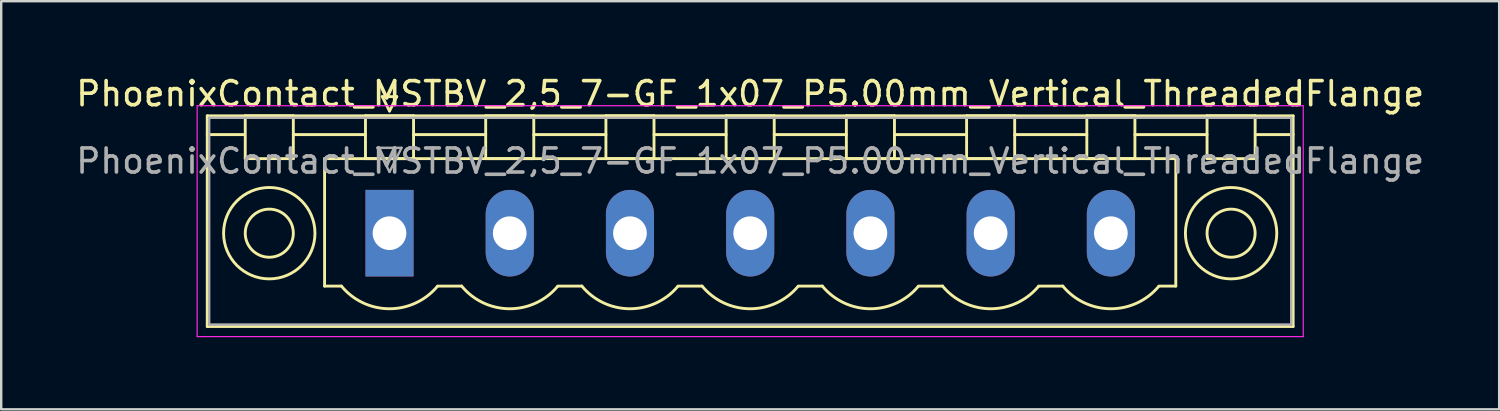
<source format=kicad_pcb>
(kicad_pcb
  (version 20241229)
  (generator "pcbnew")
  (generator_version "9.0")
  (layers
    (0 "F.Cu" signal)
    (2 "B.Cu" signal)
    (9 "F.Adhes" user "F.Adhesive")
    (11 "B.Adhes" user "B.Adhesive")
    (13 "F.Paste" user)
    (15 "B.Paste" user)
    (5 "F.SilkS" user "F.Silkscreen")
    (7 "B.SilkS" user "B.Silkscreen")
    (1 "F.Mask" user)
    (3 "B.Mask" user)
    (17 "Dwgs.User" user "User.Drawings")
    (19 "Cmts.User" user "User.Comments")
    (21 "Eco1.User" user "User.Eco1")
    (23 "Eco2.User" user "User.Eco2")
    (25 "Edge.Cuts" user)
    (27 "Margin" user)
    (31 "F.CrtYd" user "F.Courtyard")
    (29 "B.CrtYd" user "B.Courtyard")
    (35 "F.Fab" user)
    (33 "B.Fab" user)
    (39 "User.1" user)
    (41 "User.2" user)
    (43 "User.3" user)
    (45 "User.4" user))
  (footprint "PhoenixContact_MSTBV_2,5_7-GF_1x07_P5.00mm_Vertical_ThreadedFlange"
    (layer "F.Cu")
    (at 13.149 6.648)
    (property "Reference" "PhoenixContact_MSTBV_2,5_7-GF_1x07_P5.00mm_Vertical_ThreadedFlange" (at 15 -5.8 0) (layer "F.SilkS") (effects (font (size 1 1) (thickness 0.15))))
    (attr through_hole)
    (fp_line (start -7.58 -4.88) (end -7.58 3.88) (stroke (width 0.12) (type solid)) (layer "F.SilkS"))
    (fp_line (start -7.58 -4.1) (end -6.08 -4.1) (stroke (width 0.12) (type solid)) (layer "F.SilkS"))
    (fp_line (start -7.58 3.88) (end 37.58 3.88) (stroke (width 0.12) (type solid)) (layer "F.SilkS"))
    (fp_line (start -6 -4.88) (end -4 -4.88) (stroke (width 0.12) (type solid)) (layer "F.SilkS"))
    (fp_line (start -6 -3.1) (end -6 -4.88) (stroke (width 0.12) (type solid)) (layer "F.SilkS"))
    (fp_line (start -4 -4.88) (end -4 -3.1) (stroke (width 0.12) (type solid)) (layer "F.SilkS"))
    (fp_line (start -4 -4.1) (end -1 -4.1) (stroke (width 0.12) (type solid)) (layer "F.SilkS"))
    (fp_line (start -4 -3.1) (end -6 -3.1) (stroke (width 0.12) (type solid)) (layer "F.SilkS"))
    (fp_line (start -2.7 -3.1) (end 32.7 -3.1) (stroke (width 0.12) (type solid)) (layer "F.SilkS"))
    (fp_line (start -2.7 2.2) (end -2.7 -3.1) (stroke (width 0.12) (type solid)) (layer "F.SilkS"))
    (fp_line (start -2 2.2) (end -2.7 2.2) (stroke (width 0.12) (type solid)) (layer "F.SilkS"))
    (fp_line (start -1 -4.88) (end 1 -4.88) (stroke (width 0.12) (type solid)) (layer "F.SilkS"))
    (fp_line (start -1 -3.1) (end -1 -4.88) (stroke (width 0.12) (type solid)) (layer "F.SilkS"))
    (fp_line (start -0.3 -5.68) (end 0.3 -5.68) (stroke (width 0.12) (type solid)) (layer "F.SilkS"))
    (fp_line (start 0 -5.08) (end -0.3 -5.68) (stroke (width 0.12) (type solid)) (layer "F.SilkS"))
    (fp_line (start 0.3 -5.68) (end 0 -5.08) (stroke (width 0.12) (type solid)) (layer "F.SilkS"))
    (fp_line (start 1 -4.88) (end 1 -3.1) (stroke (width 0.12) (type solid)) (layer "F.SilkS"))
    (fp_line (start 1 -4.1) (end 4 -4.1) (stroke (width 0.12) (type solid)) (layer "F.SilkS"))
    (fp_line (start 1 -3.1) (end -1 -3.1) (stroke (width 0.12) (type solid)) (layer "F.SilkS"))
    (fp_line (start 2 2.2) (end 3 2.2) (stroke (width 0.12) (type solid)) (layer "F.SilkS"))
    (fp_line (start 4 -4.88) (end 6 -4.88) (stroke (width 0.12) (type solid)) (layer "F.SilkS"))
    (fp_line (start 4 -3.1) (end 4 -4.88) (stroke (width 0.12) (type solid)) (layer "F.SilkS"))
    (fp_line (start 6 -4.88) (end 6 -3.1) (stroke (width 0.12) (type solid)) (layer "F.SilkS"))
    (fp_line (start 6 -4.1) (end 9 -4.1) (stroke (width 0.12) (type solid)) (layer "F.SilkS"))
    (fp_line (start 6 -3.1) (end 4 -3.1) (stroke (width 0.12) (type solid)) (layer "F.SilkS"))
    (fp_line (start 7 2.2) (end 8 2.2) (stroke (width 0.12) (type solid)) (layer "F.SilkS"))
    (fp_line (start 9 -4.88) (end 11 -4.88) (stroke (width 0.12) (type solid)) (layer "F.SilkS"))
    (fp_line (start 9 -3.1) (end 9 -4.88) (stroke (width 0.12) (type solid)) (layer "F.SilkS"))
    (fp_line (start 11 -4.88) (end 11 -3.1) (stroke (width 0.12) (type solid)) (layer "F.SilkS"))
    (fp_line (start 11 -4.1) (end 14 -4.1) (stroke (width 0.12) (type solid)) (layer "F.SilkS"))
    (fp_line (start 11 -3.1) (end 9 -3.1) (stroke (width 0.12) (type solid)) (layer "F.SilkS"))
    (fp_line (start 12 2.2) (end 13 2.2) (stroke (width 0.12) (type solid)) (layer "F.SilkS"))
    (fp_line (start 14 -4.88) (end 16 -4.88) (stroke (width 0.12) (type solid)) (layer "F.SilkS"))
    (fp_line (start 14 -3.1) (end 14 -4.88) (stroke (width 0.12) (type solid)) (layer "F.SilkS"))
    (fp_line (start 16 -4.88) (end 16 -3.1) (stroke (width 0.12) (type solid)) (layer "F.SilkS"))
    (fp_line (start 16 -4.1) (end 19 -4.1) (stroke (width 0.12) (type solid)) (layer "F.SilkS"))
    (fp_line (start 16 -3.1) (end 14 -3.1) (stroke (width 0.12) (type solid)) (layer "F.SilkS"))
    (fp_line (start 17 2.2) (end 18 2.2) (stroke (width 0.12) (type solid)) (layer "F.SilkS"))
    (fp_line (start 19 -4.88) (end 21 -4.88) (stroke (width 0.12) (type solid)) (layer "F.SilkS"))
    (fp_line (start 19 -3.1) (end 19 -4.88) (stroke (width 0.12) (type solid)) (layer "F.SilkS"))
    (fp_line (start 21 -4.88) (end 21 -3.1) (stroke (width 0.12) (type solid)) (layer "F.SilkS"))
    (fp_line (start 21 -4.1) (end 24 -4.1) (stroke (width 0.12) (type solid)) (layer "F.SilkS"))
    (fp_line (start 21 -3.1) (end 19 -3.1) (stroke (width 0.12) (type solid)) (layer "F.SilkS"))
    (fp_line (start 22 2.2) (end 23 2.2) (stroke (width 0.12) (type solid)) (layer "F.SilkS"))
    (fp_line (start 24 -4.88) (end 26 -4.88) (stroke (width 0.12) (type solid)) (layer "F.SilkS"))
    (fp_line (start 24 -3.1) (end 24 -4.88) (stroke (width 0.12) (type solid)) (layer "F.SilkS"))
    (fp_line (start 26 -4.88) (end 26 -3.1) (stroke (width 0.12) (type solid)) (layer "F.SilkS"))
    (fp_line (start 26 -4.1) (end 29 -4.1) (stroke (width 0.12) (type solid)) (layer "F.SilkS"))
    (fp_line (start 26 -3.1) (end 24 -3.1) (stroke (width 0.12) (type solid)) (layer "F.SilkS"))
    (fp_line (start 27 2.2) (end 28 2.2) (stroke (width 0.12) (type solid)) (layer "F.SilkS"))
    (fp_line (start 29 -4.88) (end 31 -4.88) (stroke (width 0.12) (type solid)) (layer "F.SilkS"))
    (fp_line (start 29 -3.1) (end 29 -4.88) (stroke (width 0.12) (type solid)) (layer "F.SilkS"))
    (fp_line (start 31 -4.88) (end 31 -3.1) (stroke (width 0.12) (type solid)) (layer "F.SilkS"))
    (fp_line (start 31 -4.1) (end 34 -4.1) (stroke (width 0.12) (type solid)) (layer "F.SilkS"))
    (fp_line (start 31 -3.1) (end 29 -3.1) (stroke (width 0.12) (type solid)) (layer "F.SilkS"))
    (fp_line (start 32.7 -3.1) (end 32.7 2.2) (stroke (width 0.12) (type solid)) (layer "F.SilkS"))
    (fp_line (start 32.7 2.2) (end 32 2.2) (stroke (width 0.12) (type solid)) (layer "F.SilkS"))
    (fp_line (start 34 -4.88) (end 36 -4.88) (stroke (width 0.12) (type solid)) (layer "F.SilkS"))
    (fp_line (start 34 -3.1) (end 34 -4.88) (stroke (width 0.12) (type solid)) (layer "F.SilkS"))
    (fp_line (start 36 -4.88) (end 36 -3.1) (stroke (width 0.12) (type solid)) (layer "F.SilkS"))
    (fp_line (start 36 -3.1) (end 34 -3.1) (stroke (width 0.12) (type solid)) (layer "F.SilkS"))
    (fp_line (start 37.58 -4.88) (end -7.58 -4.88) (stroke (width 0.12) (type solid)) (layer "F.SilkS"))
    (fp_line (start 37.58 -4.1) (end 36.08 -4.1) (stroke (width 0.12) (type solid)) (layer "F.SilkS"))
    (fp_line (start 37.58 3.88) (end 37.58 -4.88) (stroke (width 0.12) (type solid)) (layer "F.SilkS"))
    (fp_arc (start 1.986842 2.215821) (mid -0.010289 3.142758) (end -2 2.2) (stroke (width 0.12) (type solid)) (layer "F.SilkS"))
    (fp_arc (start 6.986842 2.215821) (mid 4.989711 3.142758) (end 3 2.2) (stroke (width 0.12) (type solid)) (layer "F.SilkS"))
    (fp_arc (start 11.986842 2.215821) (mid 9.989711 3.142758) (end 8 2.2) (stroke (width 0.12) (type solid)) (layer "F.SilkS"))
    (fp_arc (start 16.986842 2.215821) (mid 14.989711 3.142758) (end 13 2.2) (stroke (width 0.12) (type solid)) (layer "F.SilkS"))
    (fp_arc (start 21.986842 2.215821) (mid 19.989711 3.142758) (end 18 2.2) (stroke (width 0.12) (type solid)) (layer "F.SilkS"))
    (fp_arc (start 26.986842 2.215821) (mid 24.989711 3.142758) (end 23 2.2) (stroke (width 0.12) (type solid)) (layer "F.SilkS"))
    (fp_arc (start 31.986842 2.215821) (mid 29.989711 3.142758) (end 28 2.2) (stroke (width 0.12) (type solid)) (layer "F.SilkS"))
    (fp_circle (center -5 0) (end -4 0) (stroke (width 0.12) (type solid)) (fill no) (layer "F.SilkS"))
    (fp_circle (center -5 0) (end -3.1 0) (stroke (width 0.12) (type solid)) (fill no) (layer "F.SilkS"))
    (fp_circle (center 35 0) (end 36 0) (stroke (width 0.12) (type solid)) (fill no) (layer "F.SilkS"))
    (fp_circle (center 35 0) (end 36.9 0) (stroke (width 0.12) (type solid)) (fill no) (layer "F.SilkS"))
    (fp_line (start -8 -5.3) (end -8 4.3) (stroke (width 0.05) (type solid)) (layer "F.CrtYd"))
    (fp_line (start -8 4.3) (end 38 4.3) (stroke (width 0.05) (type solid)) (layer "F.CrtYd"))
    (fp_line (start 38 -5.3) (end -8 -5.3) (stroke (width 0.05) (type solid)) (layer "F.CrtYd"))
    (fp_line (start 38 4.3) (end 38 -5.3) (stroke (width 0.05) (type solid)) (layer "F.CrtYd"))
    (fp_line (start -7.5 -4.8) (end -7.5 3.8) (stroke (width 0.1) (type solid)) (layer "F.Fab"))
    (fp_line (start -7.5 3.8) (end 37.5 3.8) (stroke (width 0.1) (type solid)) (layer "F.Fab"))
    (fp_line (start -0.5 -3.55) (end 0.5 -3.55) (stroke (width 0.1) (type solid)) (layer "F.Fab"))
    (fp_line (start 0 -2.55) (end -0.5 -3.55) (stroke (width 0.1) (type solid)) (layer "F.Fab"))
    (fp_line (start 0.5 -3.55) (end 0 -2.55) (stroke (width 0.1) (type solid)) (layer "F.Fab"))
    (fp_line (start 37.5 -4.8) (end -7.5 -4.8) (stroke (width 0.1) (type solid)) (layer "F.Fab"))
    (fp_line (start 37.5 3.8) (end 37.5 -4.8) (stroke (width 0.1) (type solid)) (layer "F.Fab"))
    (fp_text user "${REFERENCE}" (at 15 -3 0) (layer "F.Fab") (effects (font (size 1 1) (thickness 0.15))))
    (pad "1" thru_hole rect (at 0 0) (size 2 3.6) (drill 1.4) (layers "*.Cu" "*.Mask"))
    (pad "2" thru_hole oval (at 5 0) (size 2 3.6) (drill 1.4) (layers "*.Cu" "*.Mask"))
    (pad "3" thru_hole oval (at 10 0) (size 2 3.6) (drill 1.4) (layers "*.Cu" "*.Mask"))
    (pad "4" thru_hole oval (at 15 0) (size 2 3.6) (drill 1.4) (layers "*.Cu" "*.Mask"))
    (pad "5" thru_hole oval (at 20 0) (size 2 3.6) (drill 1.4) (layers "*.Cu" "*.Mask"))
    (pad "6" thru_hole oval (at 25 0) (size 2 3.6) (drill 1.4) (layers "*.Cu" "*.Mask"))
    (pad "7" thru_hole oval (at 30 0) (size 2 3.6) (drill 1.4) (layers "*.Cu" "*.Mask")))
  (gr_rect
    (start -3 -3)
    (end 59.298 13.973)
    (stroke (width 0.1) (type default))
    (fill no)
    (layer "Edge.Cuts")))
</source>
